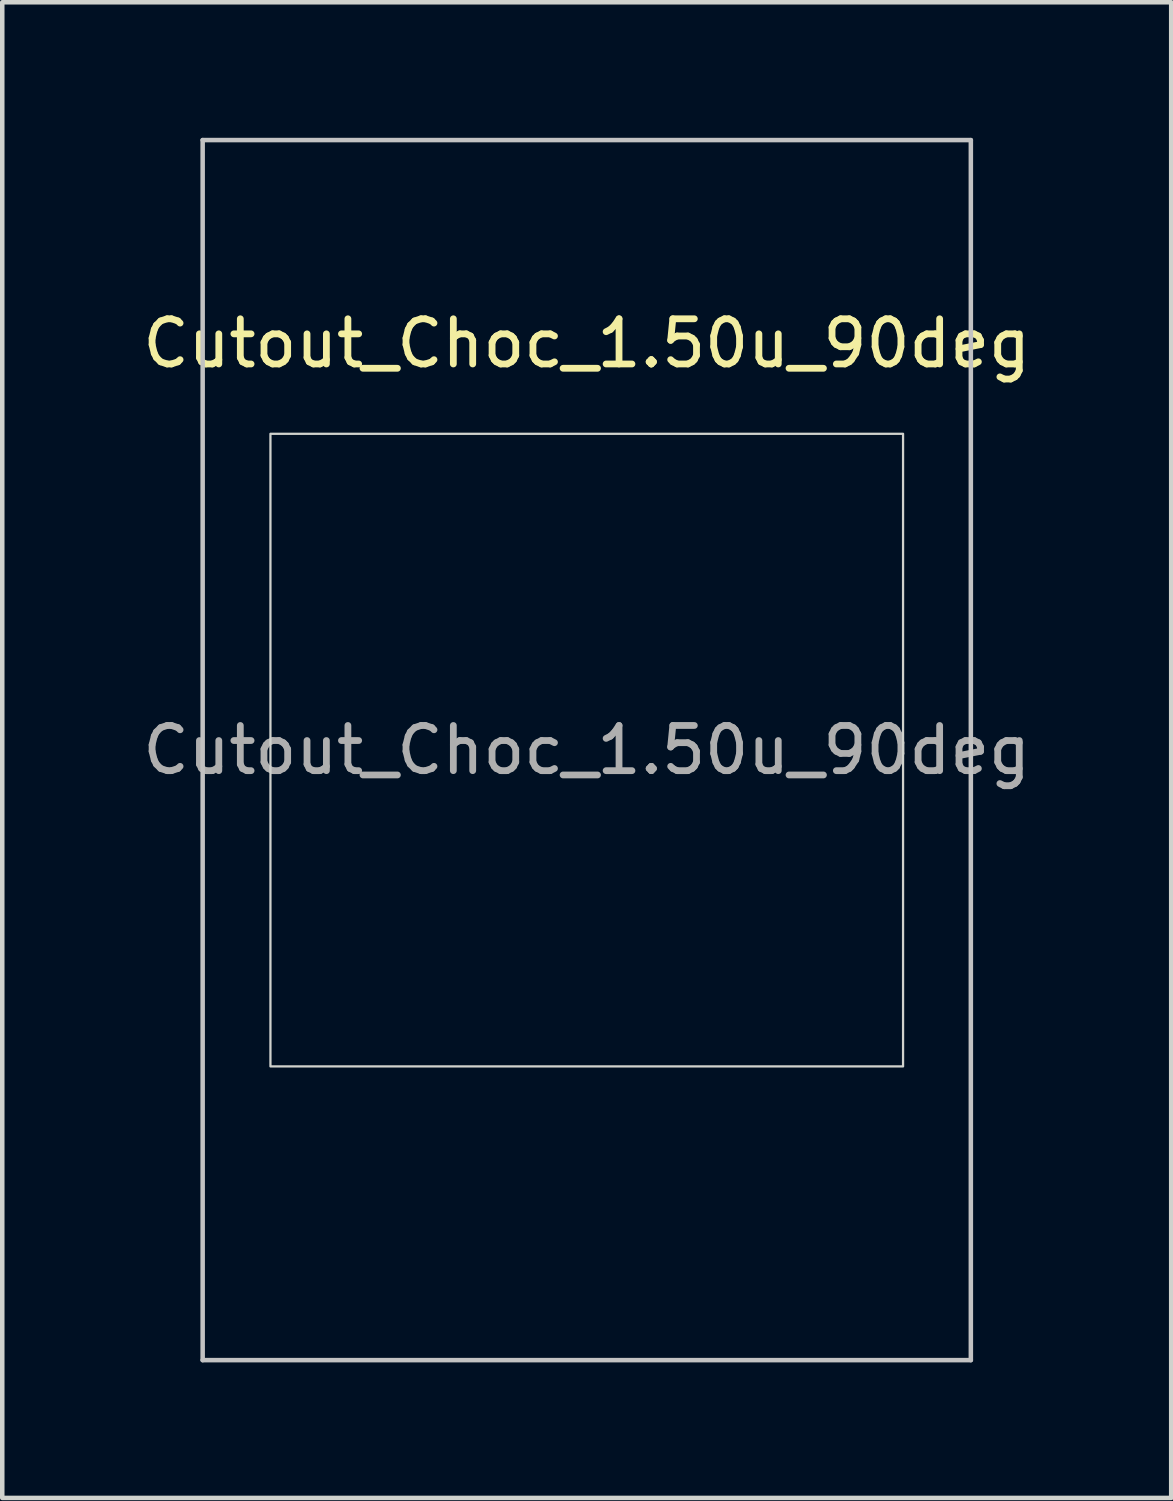
<source format=kicad_pcb>
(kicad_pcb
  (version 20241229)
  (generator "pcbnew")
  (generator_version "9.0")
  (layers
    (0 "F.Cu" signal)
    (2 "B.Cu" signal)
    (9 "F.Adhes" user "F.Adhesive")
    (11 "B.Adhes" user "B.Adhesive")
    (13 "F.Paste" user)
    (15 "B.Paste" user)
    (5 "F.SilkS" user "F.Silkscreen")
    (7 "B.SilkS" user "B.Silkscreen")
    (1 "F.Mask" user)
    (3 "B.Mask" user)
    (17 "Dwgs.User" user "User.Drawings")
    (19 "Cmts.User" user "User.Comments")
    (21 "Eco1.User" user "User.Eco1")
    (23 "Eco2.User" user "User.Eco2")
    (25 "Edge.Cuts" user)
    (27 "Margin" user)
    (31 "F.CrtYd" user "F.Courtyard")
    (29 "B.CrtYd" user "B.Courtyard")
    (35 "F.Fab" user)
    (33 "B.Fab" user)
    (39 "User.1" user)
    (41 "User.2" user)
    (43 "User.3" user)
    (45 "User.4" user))
  (footprint "Cutout_Choc_1.50u_90deg"
    (layer "F.Cu")
    (at 9.935 13.55)
    (property "Reference" "Cutout_Choc_1.50u_90deg" (at 0 -9 0) (layer "F.SilkS") (effects (font (size 1 1) (thickness 0.15))))
    (attr through_hole)
    (fp_line (start -8.5 -13.5) (end 8.5 -13.5) (stroke (width 0.1) (type solid)) (layer "Dwgs.User"))
    (fp_line (start -8.5 13.5) (end -8.5 -13.5) (stroke (width 0.1) (type solid)) (layer "Dwgs.User"))
    (fp_line (start 8.5 -13.5) (end 8.5 13.5) (stroke (width 0.1) (type solid)) (layer "Dwgs.User"))
    (fp_line (start 8.5 13.5) (end -8.5 13.5) (stroke (width 0.1) (type solid)) (layer "Dwgs.User"))
    (fp_rect (start -7 -7) (end 7 7) (stroke (width 0.05) (type default)) (fill no) (layer "Edge.Cuts"))
    (fp_text user "${REFERENCE}" (at 0 0 0) (layer "F.Fab") (effects (font (size 1 1) (thickness 0.15)))))
  (gr_rect
    (start -3 -3)
    (end 22.869 30.1)
    (stroke (width 0.1) (type default))
    (fill no)
    (layer "Edge.Cuts")))
</source>
